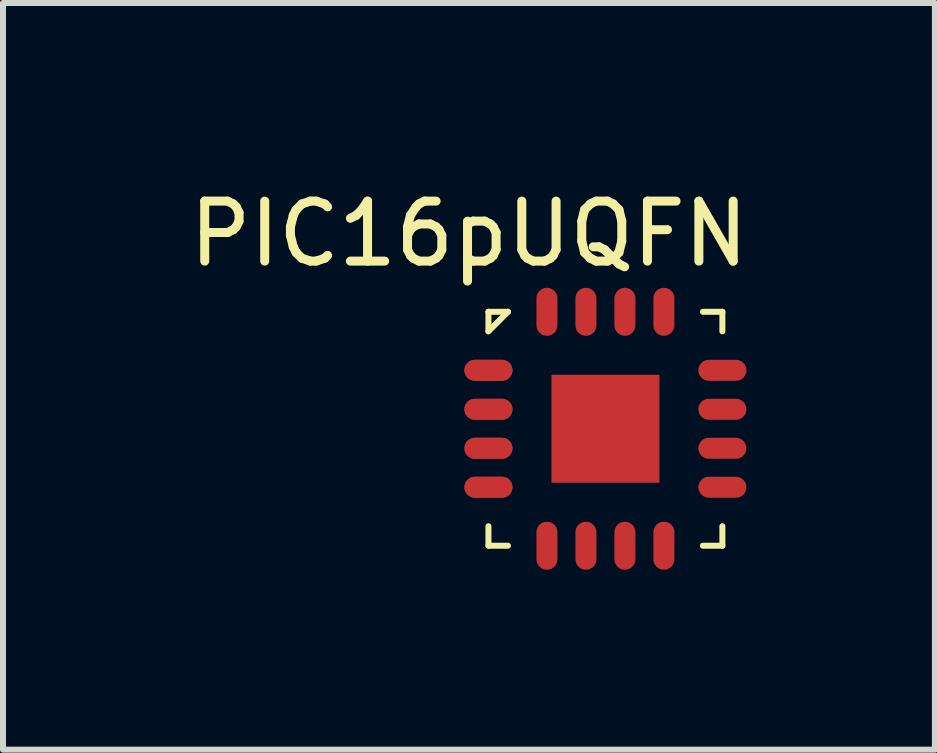
<source format=kicad_pcb>
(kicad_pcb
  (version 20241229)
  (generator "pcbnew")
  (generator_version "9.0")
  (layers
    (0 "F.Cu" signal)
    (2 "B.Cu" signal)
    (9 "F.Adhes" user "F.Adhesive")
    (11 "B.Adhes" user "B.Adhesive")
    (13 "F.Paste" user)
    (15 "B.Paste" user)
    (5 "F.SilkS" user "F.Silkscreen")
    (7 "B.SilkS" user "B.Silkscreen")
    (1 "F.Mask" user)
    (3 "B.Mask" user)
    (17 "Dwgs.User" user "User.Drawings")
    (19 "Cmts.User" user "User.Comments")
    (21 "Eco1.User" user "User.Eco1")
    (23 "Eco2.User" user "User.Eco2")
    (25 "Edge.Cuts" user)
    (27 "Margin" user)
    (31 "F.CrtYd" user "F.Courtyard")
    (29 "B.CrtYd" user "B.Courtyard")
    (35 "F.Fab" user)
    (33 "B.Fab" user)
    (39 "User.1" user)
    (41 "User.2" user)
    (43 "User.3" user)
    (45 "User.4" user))
  (footprint "PIC16pUQFN"
    (layer "F.Cu")
    (at 7.043 4.098)
    (property "Reference" "PIC16pUQFN" (at -2.275 -3.25 0) (layer "F.SilkS") (effects (font (size 1 1) (thickness 0.15))))
    (attr through_hole)
    (fp_line (start -1.95 -1.95) (end -1.625 -1.95) (stroke (width 0.1) (type solid)) (layer "F.SilkS"))
    (fp_line (start -1.95 -1.625) (end -1.95 -1.95) (stroke (width 0.1) (type solid)) (layer "F.SilkS"))
    (fp_line (start -1.95 1.95) (end -1.95 1.625) (stroke (width 0.1) (type solid)) (layer "F.SilkS"))
    (fp_line (start -1.625 -1.95) (end -1.95 -1.625) (stroke (width 0.1) (type solid)) (layer "F.SilkS"))
    (fp_line (start -1.625 1.95) (end -1.95 1.95) (stroke (width 0.1) (type solid)) (layer "F.SilkS"))
    (fp_line (start 1.625 -1.95) (end 1.95 -1.95) (stroke (width 0.1) (type solid)) (layer "F.SilkS"))
    (fp_line (start 1.95 -1.95) (end 1.95 -1.625) (stroke (width 0.1) (type solid)) (layer "F.SilkS"))
    (fp_line (start 1.95 1.625) (end 1.95 1.95) (stroke (width 0.1) (type solid)) (layer "F.SilkS"))
    (fp_line (start 1.95 1.95) (end 1.625 1.95) (stroke (width 0.1) (type solid)) (layer "F.SilkS"))
    (pad "0" smd rect (at 0 0) (size 1.8 1.8) (layers "F.Cu" "F.Mask" "F.Paste"))
    (pad "1" smd oval (at -1.95 -0.975 90) (size 0.35 0.8) (layers "F.Cu" "F.Mask" "F.Paste"))
    (pad "1" smd oval (at -1.95 -0.975 90) (size 0.35 0.8) (layers "F.Cu" "F.Mask" "F.Paste"))
    (pad "2" smd oval (at -1.95 -0.325 90) (size 0.35 0.8) (layers "F.Cu" "F.Mask" "F.Paste"))
    (pad "2" smd oval (at -1.95 -0.325 90) (size 0.35 0.8) (layers "F.Cu" "F.Mask" "F.Paste"))
    (pad "3" smd oval (at -1.95 0.325 90) (size 0.35 0.8) (layers "F.Cu" "F.Mask" "F.Paste"))
    (pad "3" smd oval (at -1.95 0.325 90) (size 0.35 0.8) (layers "F.Cu" "F.Mask" "F.Paste"))
    (pad "4" smd oval (at -1.95 0.975 90) (size 0.35 0.8) (layers "F.Cu" "F.Mask" "F.Paste"))
    (pad "4" smd oval (at -1.95 0.975 90) (size 0.35 0.8) (layers "F.Cu" "F.Mask" "F.Paste"))
    (pad "5" smd oval (at -0.975 1.95 180) (size 0.35 0.8) (layers "F.Cu" "F.Mask" "F.Paste"))
    (pad "6" smd oval (at -0.325 1.95 180) (size 0.35 0.8) (layers "F.Cu" "F.Mask" "F.Paste"))
    (pad "7" smd oval (at 0.325 1.95 180) (size 0.35 0.8) (layers "F.Cu" "F.Mask" "F.Paste"))
    (pad "8" smd oval (at 0.975 1.95 180) (size 0.35 0.8) (layers "F.Cu" "F.Mask" "F.Paste"))
    (pad "9" smd oval (at 1.95 0.975 90) (size 0.35 0.8) (layers "F.Cu" "F.Mask" "F.Paste"))
    (pad "10" smd oval (at 1.95 0.325 90) (size 0.35 0.8) (layers "F.Cu" "F.Mask" "F.Paste"))
    (pad "11" smd oval (at 1.95 -0.325 90) (size 0.35 0.8) (layers "F.Cu" "F.Mask" "F.Paste"))
    (pad "12" smd oval (at 1.95 -0.975 90) (size 0.35 0.8) (layers "F.Cu" "F.Mask" "F.Paste"))
    (pad "13" smd oval (at 0.975 -1.95 180) (size 0.35 0.8) (layers "F.Cu" "F.Mask" "F.Paste"))
    (pad "14" smd oval (at 0.325 -1.95 180) (size 0.35 0.8) (layers "F.Cu" "F.Mask" "F.Paste"))
    (pad "15" smd oval (at -0.325 -1.95 180) (size 0.35 0.8) (layers "F.Cu" "F.Mask" "F.Paste"))
    (pad "16" smd oval (at -0.975 -1.95 180) (size 0.35 0.8) (layers "F.Cu" "F.Mask" "F.Paste")))
  (gr_rect
    (start -3 -3)
    (end 12.536 9.448)
    (stroke (width 0.1) (type default))
    (fill no)
    (layer "Edge.Cuts")))
</source>
